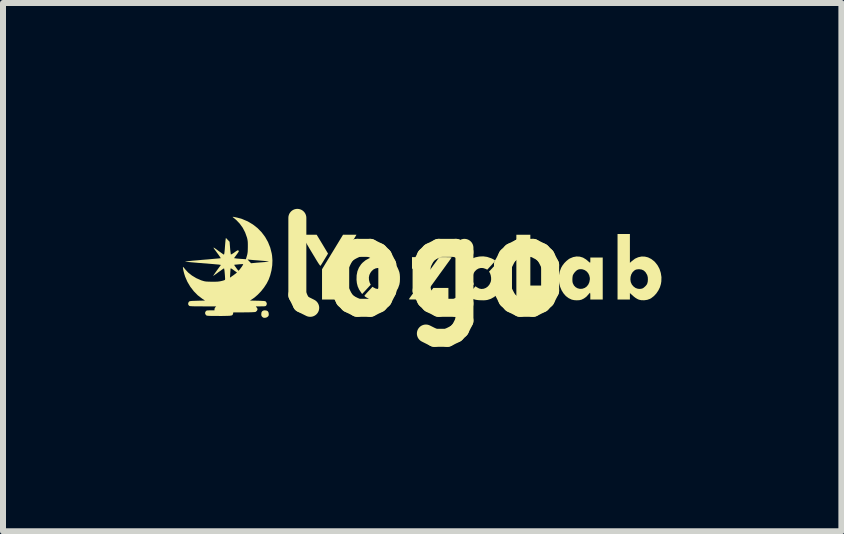
<source format=kicad_pcb>
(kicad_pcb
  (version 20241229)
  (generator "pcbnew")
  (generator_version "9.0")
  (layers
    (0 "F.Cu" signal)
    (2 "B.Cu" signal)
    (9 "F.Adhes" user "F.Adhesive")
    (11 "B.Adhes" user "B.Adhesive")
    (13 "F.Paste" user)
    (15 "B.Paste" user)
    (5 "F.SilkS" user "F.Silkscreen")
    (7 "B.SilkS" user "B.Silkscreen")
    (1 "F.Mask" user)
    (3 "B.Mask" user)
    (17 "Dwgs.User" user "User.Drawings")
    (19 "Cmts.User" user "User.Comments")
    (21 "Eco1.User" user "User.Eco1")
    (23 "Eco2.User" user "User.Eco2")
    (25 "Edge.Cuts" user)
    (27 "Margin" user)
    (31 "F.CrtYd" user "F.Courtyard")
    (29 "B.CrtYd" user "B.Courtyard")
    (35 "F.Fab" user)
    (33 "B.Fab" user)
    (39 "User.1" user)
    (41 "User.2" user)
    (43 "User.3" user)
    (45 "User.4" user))
  (footprint "logo"
    (layer "F.Cu")
    (at 3.979 1.404)
    (property "Reference" "logo" (at 0 0 0) (layer "F.SilkS") (effects (font (size 1.5 1.5) (thickness 0.3))))
    (attr board_only exclude_from_pos_files exclude_from_bom)
    (fp_poly (pts (xy 1.813 -0.117) (xy 1.813 0.307) (xy 1.97 0.307) (xy 2.127 0.307) (xy 2.127 0.423) (xy 2.127 0.54) (xy 1.853 0.54) (xy 1.58 0.54) (xy 1.58 0) (xy 1.58 -0.54) (xy 1.697 -0.54) (xy 1.813 -0.54)) (stroke (width 0) (type solid)) (fill yes) (layer "F.SilkS"))
    (fp_poly (pts (xy 0.447 0.443) (xy 0.447 0.54) (xy 0.25 0.54) (xy 0.053 0.54) (xy 0.108 0.465) (xy 0.129 0.436) (xy 0.149 0.408) (xy 0.166 0.385) (xy 0.177 0.37) (xy 0.179 0.368) (xy 0.195 0.347) (xy 0.321 0.347) (xy 0.447 0.347)) (stroke (width 0) (type solid)) (fill yes) (layer "F.SilkS"))
    (fp_poly (pts (xy -2.584 0.724) (xy -2.564 0.735) (xy -2.552 0.756) (xy -2.549 0.774) (xy -2.548 0.796) (xy -2.552 0.811) (xy -2.561 0.823) (xy -2.58 0.837) (xy -2.605 0.844) (xy -2.63 0.844) (xy -2.643 0.84) (xy -2.662 0.824) (xy -2.672 0.804) (xy -2.673 0.783) (xy -2.669 0.753) (xy -2.656 0.733) (xy -2.633 0.722) (xy -2.614 0.72)) (stroke (width 0) (type solid)) (fill yes) (layer "F.SilkS"))
    (fp_poly (pts (xy 0.094 -0.167) (xy 0.139 -0.166) (xy 0.173 -0.166) (xy 0.198 -0.165) (xy 0.215 -0.164) (xy 0.225 -0.162) (xy 0.229 -0.16) (xy 0.229 -0.157) (xy 0.223 -0.149) (xy 0.211 -0.132) (xy 0.194 -0.108) (xy 0.174 -0.08) (xy 0.16 -0.061) (xy 0.097 0.026) (xy -0.032 0.026) (xy -0.16 0.027) (xy -0.16 -0.07) (xy -0.16 -0.167) (xy 0.037 -0.167)) (stroke (width 0) (type solid)) (fill yes) (layer "F.SilkS"))
    (fp_poly (pts (xy -1.105 -0.508) (xy -1.112 -0.496) (xy -1.125 -0.474) (xy -1.144 -0.443) (xy -1.167 -0.404) (xy -1.193 -0.359) (xy -1.223 -0.31) (xy -1.255 -0.257) (xy -1.278 -0.218) (xy -1.433 0.041) (xy -1.433 0.291) (xy -1.433 0.54) (xy -1.547 0.54) (xy -1.66 0.54) (xy -1.66 0.288) (xy -1.66 0.035) (xy -1.485 -0.252) (xy -1.31 -0.54) (xy -1.198 -0.54) (xy -1.086 -0.54)) (stroke (width 0) (type solid)) (fill yes) (layer "F.SilkS"))
    (fp_poly (pts (xy 0.433 -0.166) (xy 0.463 -0.166) (xy 0.486 -0.164) (xy 0.498 -0.163) (xy 0.5 -0.162) (xy 0.496 -0.155) (xy 0.485 -0.139) (xy 0.468 -0.114) (xy 0.444 -0.081) (xy 0.415 -0.041) (xy 0.382 0.005) (xy 0.345 0.056) (xy 0.304 0.112) (xy 0.261 0.172) (xy 0.248 0.19) (xy -0.004 0.537) (xy -0.109 0.539) (xy -0.145 0.539) (xy -0.175 0.539) (xy -0.198 0.538) (xy -0.21 0.536) (xy -0.212 0.535) (xy -0.208 0.529) (xy -0.197 0.512) (xy -0.179 0.487) (xy -0.155 0.454) (xy -0.126 0.414) (xy -0.092 0.368) (xy -0.055 0.316) (xy -0.014 0.26) (xy 0.029 0.201) (xy 0.043 0.181) (xy 0.296 -0.167) (xy 0.398 -0.167)) (stroke (width 0) (type solid)) (fill yes) (layer "F.SilkS"))
    (fp_poly (pts (xy -1.654 -0.383) (xy -1.56 -0.226) (xy -1.618 -0.131) (xy -1.637 -0.099) (xy -1.655 -0.07) (xy -1.67 -0.046) (xy -1.68 -0.03) (xy -1.683 -0.025) (xy -1.686 -0.023) (xy -1.69 -0.025) (xy -1.696 -0.031) (xy -1.705 -0.043) (xy -1.717 -0.06) (xy -1.733 -0.085) (xy -1.753 -0.117) (xy -1.778 -0.159) (xy -1.809 -0.21) (xy -1.842 -0.265) (xy -1.874 -0.318) (xy -1.903 -0.368) (xy -1.93 -0.413) (xy -1.953 -0.452) (xy -1.972 -0.485) (xy -1.987 -0.509) (xy -1.995 -0.524) (xy -1.997 -0.528) (xy -1.998 -0.533) (xy -1.995 -0.536) (xy -1.988 -0.538) (xy -1.974 -0.539) (xy -1.951 -0.54) (xy -1.919 -0.54) (xy -1.875 -0.54) (xy -1.875 -0.54) (xy -1.749 -0.54)) (stroke (width 0) (type solid)) (fill yes) (layer "F.SilkS"))
    (fp_poly (pts (xy -0.683 -0.179) (xy -0.618 -0.167) (xy -0.558 -0.145) (xy -0.546 -0.139) (xy -0.522 -0.126) (xy -0.506 -0.116) (xy -0.497 -0.106) (xy -0.497 -0.094) (xy -0.506 -0.08) (xy -0.523 -0.059) (xy -0.548 -0.032) (xy -0.555 -0.024) (xy -0.623 0.048) (xy -0.656 0.031) (xy -0.695 0.016) (xy -0.733 0.014) (xy -0.77 0.022) (xy -0.803 0.039) (xy -0.831 0.064) (xy -0.854 0.095) (xy -0.871 0.131) (xy -0.879 0.171) (xy -0.877 0.213) (xy -0.866 0.256) (xy -0.861 0.267) (xy -0.848 0.293) (xy -0.905 0.355) (xy -0.928 0.38) (xy -0.949 0.403) (xy -0.966 0.421) (xy -0.976 0.432) (xy -0.976 0.432) (xy -0.991 0.448) (xy -1.007 0.426) (xy -1.042 0.373) (xy -1.065 0.322) (xy -1.079 0.267) (xy -1.085 0.21) (xy -1.083 0.136) (xy -1.07 0.069) (xy -1.045 0.008) (xy -1.009 -0.047) (xy -0.983 -0.075) (xy -0.933 -0.116) (xy -0.876 -0.147) (xy -0.814 -0.168) (xy -0.749 -0.179)) (stroke (width 0) (type solid)) (fill yes) (layer "F.SilkS"))
    (fp_poly (pts (xy 1.092 -0.171) (xy 1.155 -0.15) (xy 1.163 -0.147) (xy 1.186 -0.136) (xy 1.206 -0.125) (xy 1.216 -0.118) (xy 1.222 -0.114) (xy 1.224 -0.109) (xy 1.223 -0.102) (xy 1.216 -0.092) (xy 1.204 -0.076) (xy 1.184 -0.055) (xy 1.157 -0.025) (xy 1.152 -0.02) (xy 1.095 0.042) (xy 1.065 0.028) (xy 1.025 0.015) (xy 0.987 0.014) (xy 0.95 0.023) (xy 0.917 0.042) (xy 0.889 0.069) (xy 0.867 0.102) (xy 0.853 0.14) (xy 0.848 0.182) (xy 0.852 0.227) (xy 0.858 0.248) (xy 0.871 0.285) (xy 0.801 0.359) (xy 0.777 0.385) (xy 0.756 0.407) (xy 0.74 0.423) (xy 0.73 0.432) (xy 0.728 0.433) (xy 0.722 0.428) (xy 0.712 0.415) (xy 0.701 0.4) (xy 0.687 0.375) (xy 0.672 0.345) (xy 0.662 0.322) (xy 0.654 0.301) (xy 0.649 0.283) (xy 0.646 0.264) (xy 0.644 0.239) (xy 0.644 0.206) (xy 0.644 0.19) (xy 0.645 0.134) (xy 0.651 0.088) (xy 0.662 0.048) (xy 0.678 0.01) (xy 0.693 -0.015) (xy 0.733 -0.066) (xy 0.782 -0.108) (xy 0.837 -0.141) (xy 0.898 -0.164) (xy 0.962 -0.177) (xy 1.027 -0.18)) (stroke (width 0) (type solid)) (fill yes) (layer "F.SilkS"))
    (fp_poly (pts (xy 1.27 -0.069) (xy 1.281 -0.058) (xy 1.287 -0.052) (xy 1.304 -0.028) (xy 1.323 0.004) (xy 1.339 0.039) (xy 1.353 0.075) (xy 1.359 0.099) (xy 1.365 0.137) (xy 1.366 0.182) (xy 1.365 0.228) (xy 1.36 0.269) (xy 1.356 0.289) (xy 1.334 0.35) (xy 1.301 0.406) (xy 1.259 0.456) (xy 1.21 0.497) (xy 1.155 0.528) (xy 1.1 0.546) (xy 1.069 0.551) (xy 1.03 0.553) (xy 0.987 0.552) (xy 0.945 0.55) (xy 0.909 0.545) (xy 0.89 0.541) (xy 0.842 0.524) (xy 0.801 0.502) (xy 0.781 0.489) (xy 0.759 0.472) (xy 0.784 0.445) (xy 0.8 0.427) (xy 0.821 0.404) (xy 0.845 0.378) (xy 0.854 0.368) (xy 0.9 0.319) (xy 0.921 0.335) (xy 0.959 0.356) (xy 0.997 0.364) (xy 1.036 0.36) (xy 1.072 0.346) (xy 1.105 0.322) (xy 1.132 0.289) (xy 1.152 0.247) (xy 1.153 0.244) (xy 1.159 0.213) (xy 1.159 0.176) (xy 1.153 0.138) (xy 1.143 0.107) (xy 1.14 0.101) (xy 1.125 0.074) (xy 1.193 0.000411) (xy 1.217 -0.025) (xy 1.238 -0.047) (xy 1.254 -0.063) (xy 1.263 -0.072) (xy 1.264 -0.073)) (stroke (width 0) (type solid)) (fill yes) (layer "F.SilkS"))
    (fp_poly (pts (xy -0.437 -0.049) (xy -0.42 -0.026) (xy -0.402 0.006) (xy -0.386 0.042) (xy -0.373 0.077) (xy -0.37 0.087) (xy -0.364 0.12) (xy -0.361 0.161) (xy -0.361 0.205) (xy -0.363 0.247) (xy -0.369 0.283) (xy -0.37 0.289) (xy -0.393 0.353) (xy -0.428 0.41) (xy -0.466 0.453) (xy -0.51 0.492) (xy -0.554 0.52) (xy -0.601 0.539) (xy -0.655 0.549) (xy -0.717 0.553) (xy -0.726 0.553) (xy -0.78 0.551) (xy -0.823 0.544) (xy -0.837 0.541) (xy -0.867 0.531) (xy -0.896 0.518) (xy -0.922 0.505) (xy -0.941 0.492) (xy -0.952 0.481) (xy -0.953 0.477) (xy -0.949 0.471) (xy -0.937 0.457) (xy -0.919 0.436) (xy -0.897 0.412) (xy -0.886 0.4) (xy -0.818 0.327) (xy -0.801 0.339) (xy -0.764 0.358) (xy -0.724 0.364) (xy -0.685 0.359) (xy -0.648 0.342) (xy -0.614 0.315) (xy -0.595 0.29) (xy -0.578 0.254) (xy -0.568 0.212) (xy -0.567 0.168) (xy -0.575 0.127) (xy -0.583 0.107) (xy -0.587 0.099) (xy -0.589 0.093) (xy -0.589 0.086) (xy -0.585 0.077) (xy -0.576 0.065) (xy -0.561 0.048) (xy -0.539 0.024) (xy -0.51 -0.008) (xy -0.503 -0.016) (xy -0.454 -0.068)) (stroke (width 0) (type solid)) (fill yes) (layer "F.SilkS"))
    (fp_poly (pts (xy 3.473 -0.313) (xy 3.473 -0.072) (xy 3.508 -0.103) (xy 3.558 -0.141) (xy 3.611 -0.165) (xy 3.666 -0.177) (xy 3.721 -0.176) (xy 3.775 -0.163) (xy 3.827 -0.137) (xy 3.877 -0.099) (xy 3.892 -0.084) (xy 3.934 -0.031) (xy 3.967 0.03) (xy 3.988 0.096) (xy 3.999 0.166) (xy 3.997 0.237) (xy 3.99 0.281) (xy 3.973 0.337) (xy 3.946 0.391) (xy 3.912 0.441) (xy 3.871 0.484) (xy 3.827 0.518) (xy 3.809 0.528) (xy 3.762 0.545) (xy 3.712 0.552) (xy 3.662 0.551) (xy 3.622 0.542) (xy 3.594 0.529) (xy 3.566 0.512) (xy 3.535 0.488) (xy 3.505 0.461) (xy 3.473 0.432) (xy 3.473 0.486) (xy 3.473 0.54) (xy 3.37 0.54) (xy 3.267 0.54) (xy 3.267 0.205) (xy 3.481 0.205) (xy 3.487 0.248) (xy 3.504 0.287) (xy 3.508 0.293) (xy 3.535 0.324) (xy 3.567 0.347) (xy 3.6 0.359) (xy 3.6 0.359) (xy 3.621 0.362) (xy 3.64 0.363) (xy 3.662 0.36) (xy 3.677 0.357) (xy 3.696 0.348) (xy 3.717 0.331) (xy 3.739 0.31) (xy 3.756 0.287) (xy 3.761 0.277) (xy 3.77 0.245) (xy 3.773 0.207) (xy 3.771 0.168) (xy 3.762 0.133) (xy 3.759 0.127) (xy 3.735 0.086) (xy 3.705 0.057) (xy 3.668 0.04) (xy 3.625 0.034) (xy 3.616 0.035) (xy 3.587 0.038) (xy 3.565 0.045) (xy 3.546 0.057) (xy 3.517 0.085) (xy 3.496 0.121) (xy 3.484 0.162) (xy 3.481 0.205) (xy 3.267 0.205) (xy 3.267 -0.007) (xy 3.267 -0.553) (xy 3.37 -0.553) (xy 3.473 -0.553)) (stroke (width 0) (type solid)) (fill yes) (layer "F.SilkS"))
    (fp_poly (pts (xy 2.638 -0.175) (xy 2.691 -0.159) (xy 2.741 -0.129) (xy 2.769 -0.106) (xy 2.787 -0.09) (xy 2.801 -0.079) (xy 2.809 -0.073) (xy 2.809 -0.073) (xy 2.811 -0.079) (xy 2.813 -0.095) (xy 2.813 -0.117) (xy 2.813 -0.16) (xy 2.917 -0.16) (xy 3.02 -0.16) (xy 3.02 0.19) (xy 3.02 0.54) (xy 2.917 0.54) (xy 2.813 0.54) (xy 2.813 0.483) (xy 2.813 0.458) (xy 2.811 0.438) (xy 2.809 0.428) (xy 2.808 0.427) (xy 2.802 0.432) (xy 2.79 0.445) (xy 2.78 0.457) (xy 2.746 0.494) (xy 2.706 0.523) (xy 2.665 0.543) (xy 2.628 0.551) (xy 2.586 0.553) (xy 2.543 0.55) (xy 2.505 0.542) (xy 2.502 0.541) (xy 2.45 0.516) (xy 2.404 0.481) (xy 2.366 0.437) (xy 2.334 0.386) (xy 2.31 0.329) (xy 2.294 0.267) (xy 2.288 0.203) (xy 2.288 0.202) (xy 2.514 0.202) (xy 2.515 0.237) (xy 2.52 0.265) (xy 2.521 0.267) (xy 2.54 0.305) (xy 2.568 0.334) (xy 2.602 0.353) (xy 2.64 0.362) (xy 2.681 0.36) (xy 2.721 0.346) (xy 2.754 0.322) (xy 2.78 0.289) (xy 2.797 0.25) (xy 2.805 0.206) (xy 2.805 0.179) (xy 2.795 0.136) (xy 2.776 0.099) (xy 2.748 0.068) (xy 2.715 0.047) (xy 2.677 0.035) (xy 2.637 0.034) (xy 2.611 0.04) (xy 2.589 0.052) (xy 2.566 0.072) (xy 2.544 0.097) (xy 2.528 0.123) (xy 2.521 0.138) (xy 2.516 0.168) (xy 2.514 0.202) (xy 2.288 0.202) (xy 2.29 0.139) (xy 2.303 0.074) (xy 2.326 0.012) (xy 2.327 0.01) (xy 2.35 -0.029) (xy 2.38 -0.068) (xy 2.415 -0.103) (xy 2.451 -0.132) (xy 2.472 -0.145) (xy 2.528 -0.168) (xy 2.584 -0.178)) (stroke (width 0) (type solid)) (fill yes) (layer "F.SilkS"))
    (fp_poly (pts (xy -3.125 -0.836) (xy -3.1 -0.831) (xy -3.072 -0.825) (xy -3.042 -0.817) (xy -3.014 -0.81) (xy -2.992 -0.803) (xy -2.991 -0.802) (xy -2.897 -0.762) (xy -2.812 -0.711) (xy -2.735 -0.651) (xy -2.667 -0.581) (xy -2.609 -0.504) (xy -2.561 -0.419) (xy -2.524 -0.327) (xy -2.499 -0.229) (xy -2.493 -0.193) (xy -2.487 -0.114) (xy -2.49 -0.031) (xy -2.503 0.055) (xy -2.524 0.137) (xy -2.549 0.206) (xy -2.583 0.273) (xy -2.627 0.34) (xy -2.677 0.403) (xy -2.733 0.461) (xy -2.79 0.51) (xy -2.815 0.527) (xy -2.861 0.557) (xy -2.733 0.56) (xy -2.689 0.561) (xy -2.656 0.563) (xy -2.633 0.564) (xy -2.617 0.566) (xy -2.606 0.568) (xy -2.6 0.572) (xy -2.595 0.577) (xy -2.593 0.579) (xy -2.581 0.602) (xy -2.583 0.625) (xy -2.59 0.639) (xy -2.595 0.645) (xy -2.602 0.649) (xy -2.613 0.652) (xy -2.63 0.653) (xy -2.657 0.653) (xy -2.685 0.654) (xy -2.72 0.654) (xy -2.743 0.654) (xy -2.756 0.655) (xy -2.762 0.657) (xy -2.761 0.661) (xy -2.756 0.666) (xy -2.755 0.667) (xy -2.743 0.681) (xy -2.737 0.694) (xy -2.737 0.711) (xy -2.747 0.729) (xy -2.764 0.744) (xy -2.771 0.747) (xy -2.782 0.749) (xy -2.804 0.75) (xy -2.836 0.752) (xy -2.875 0.753) (xy -2.92 0.753) (xy -2.963 0.754) (xy -3.139 0.754) (xy -3.143 0.774) (xy -3.146 0.784) (xy -3.15 0.793) (xy -3.156 0.8) (xy -3.166 0.805) (xy -3.182 0.808) (xy -3.204 0.811) (xy -3.234 0.812) (xy -3.273 0.813) (xy -3.324 0.814) (xy -3.377 0.814) (xy -3.435 0.813) (xy -3.481 0.813) (xy -3.516 0.813) (xy -3.543 0.812) (xy -3.562 0.811) (xy -3.575 0.809) (xy -3.584 0.807) (xy -3.59 0.804) (xy -3.592 0.802) (xy -3.607 0.782) (xy -3.61 0.76) (xy -3.6 0.738) (xy -3.593 0.73) (xy -3.585 0.725) (xy -3.574 0.722) (xy -3.556 0.721) (xy -3.528 0.72) (xy -3.52 0.72) (xy -3.453 0.72) (xy -3.453 0.702) (xy -3.449 0.684) (xy -3.439 0.669) (xy -3.424 0.654) (xy -3.646 0.654) (xy -3.706 0.653) (xy -3.754 0.653) (xy -3.792 0.653) (xy -3.821 0.652) (xy -3.842 0.651) (xy -3.857 0.65) (xy -3.867 0.648) (xy -3.873 0.645) (xy -3.878 0.642) (xy -3.88 0.64) (xy -3.892 0.62) (xy -3.891 0.598) (xy -3.881 0.579) (xy -3.876 0.574) (xy -3.87 0.57) (xy -3.861 0.567) (xy -3.847 0.565) (xy -3.827 0.563) (xy -3.798 0.562) (xy -3.758 0.561) (xy -3.74 0.56) (xy -3.611 0.557) (xy -3.658 0.526) (xy -3.731 0.47) (xy -3.797 0.403) (xy -3.855 0.328) (xy -3.904 0.246) (xy -3.942 0.159) (xy -3.948 0.14) (xy -3.957 0.112) (xy -3.965 0.082) (xy -3.972 0.052) (xy -3.977 0.026) (xy -3.979 0.006) (xy -3.979 -0.003) (xy -3.978 -0.004) (xy -3.973 -0.001) (xy -3.962 0.011) (xy -3.948 0.028) (xy -3.947 0.03) (xy -3.893 0.089) (xy -3.829 0.14) (xy -3.756 0.184) (xy -3.676 0.219) (xy -3.66 0.224) (xy -3.638 0.231) (xy -3.618 0.236) (xy -3.599 0.239) (xy -3.577 0.241) (xy -3.548 0.242) (xy -3.51 0.243) (xy -3.493 0.243) (xy -3.446 0.243) (xy -3.408 0.242) (xy -3.379 0.239) (xy -3.354 0.235) (xy -3.336 0.231) (xy -3.312 0.225) (xy -3.293 0.219) (xy -3.282 0.214) (xy -3.281 0.214) (xy -3.278 0.209) (xy -3.276 0.199) (xy -3.276 0.181) (xy -3.277 0.175) (xy -3.195 0.175) (xy -3.156 0.148) (xy -3.133 0.132) (xy -3.112 0.116) (xy -3.097 0.105) (xy -3.078 0.089) (xy -3.126 0.055) (xy -3.148 0.039) (xy -3.166 0.027) (xy -3.178 0.021) (xy -3.18 0.02) (xy -3.185 0.026) (xy -3.187 0.04) (xy -3.187 0.042) (xy -3.187 0.059) (xy -3.189 0.084) (xy -3.191 0.113) (xy -3.191 0.119) (xy -3.195 0.175) (xy -3.277 0.175) (xy -3.278 0.154) (xy -3.281 0.115) (xy -3.281 0.115) (xy -3.284 0.081) (xy -3.287 0.052) (xy -3.291 0.032) (xy -3.293 0.021) (xy -3.294 0.02) (xy -3.301 0.024) (xy -3.317 0.034) (xy -3.339 0.05) (xy -3.367 0.07) (xy -3.386 0.083) (xy -3.415 0.105) (xy -3.441 0.123) (xy -3.46 0.137) (xy -3.473 0.145) (xy -3.476 0.147) (xy -3.473 0.142) (xy -3.464 0.128) (xy -3.449 0.106) (xy -3.43 0.079) (xy -3.413 0.055) (xy -3.346 -0.037) (xy -3.353 -0.038) (xy -3.124 -0.038) (xy -3.122 -0.032) (xy -3.113 -0.018) (xy -3.1 -0.000362) (xy -3.086 0.019) (xy -3.072 0.038) (xy -3.06 0.052) (xy -3.053 0.059) (xy -3.052 0.06) (xy -3.047 0.055) (xy -3.035 0.042) (xy -3.022 0.025) (xy -2.997 -0.008) (xy -2.982 -0.032) (xy -2.975 -0.046) (xy -2.975 -0.05) (xy -2.982 -0.051) (xy -3 -0.05) (xy -3.023 -0.049) (xy -3.05 -0.047) (xy -3.077 -0.044) (xy -3.101 -0.042) (xy -3.118 -0.04) (xy -3.124 -0.038) (xy -3.353 -0.038) (xy -3.371 -0.041) (xy -3.383 -0.043) (xy -3.407 -0.045) (xy -3.441 -0.048) (xy -3.484 -0.052) (xy -3.533 -0.056) (xy -3.588 -0.061) (xy -3.646 -0.065) (xy -3.663 -0.067) (xy -3.722 -0.071) (xy -3.777 -0.076) (xy -3.826 -0.08) (xy -3.869 -0.084) (xy -3.903 -0.087) (xy -3.927 -0.09) (xy -3.941 -0.092) (xy -3.942 -0.092) (xy -3.938 -0.094) (xy -3.922 -0.096) (xy -3.895 -0.099) (xy -3.859 -0.103) (xy -3.815 -0.108) (xy -3.763 -0.112) (xy -3.706 -0.117) (xy -3.653 -0.122) (xy -3.591 -0.127) (xy -3.576 -0.128) (xy -2.903 -0.128) (xy -2.873 -0.097) (xy -2.843 -0.065) (xy -2.803 -0.069) (xy -2.782 -0.071) (xy -2.751 -0.074) (xy -2.714 -0.077) (xy -2.675 -0.08) (xy -2.66 -0.081) (xy -2.624 -0.084) (xy -2.592 -0.087) (xy -2.567 -0.09) (xy -2.552 -0.092) (xy -2.548 -0.093) (xy -2.552 -0.095) (xy -2.567 -0.097) (xy -2.593 -0.1) (xy -2.626 -0.104) (xy -2.666 -0.107) (xy -2.688 -0.109) (xy -2.734 -0.113) (xy -2.777 -0.116) (xy -2.814 -0.119) (xy -2.845 -0.122) (xy -2.866 -0.124) (xy -2.87 -0.124) (xy -2.903 -0.128) (xy -3.576 -0.128) (xy -3.533 -0.132) (xy -3.48 -0.137) (xy -3.435 -0.141) (xy -3.398 -0.144) (xy -3.37 -0.147) (xy -3.353 -0.149) (xy -3.348 -0.149) (xy -3.351 -0.155) (xy -3.361 -0.17) (xy -3.375 -0.191) (xy -3.394 -0.218) (xy -3.402 -0.228) (xy -3.43 -0.267) (xy -3.451 -0.295) (xy -3.464 -0.314) (xy -3.469 -0.324) (xy -3.465 -0.326) (xy -3.453 -0.319) (xy -3.433 -0.305) (xy -3.404 -0.285) (xy -3.395 -0.277) (xy -3.364 -0.255) (xy -3.337 -0.236) (xy -3.316 -0.221) (xy -3.302 -0.212) (xy -3.298 -0.209) (xy -3.294 -0.211) (xy -3.291 -0.22) (xy -3.288 -0.236) (xy -3.285 -0.263) (xy -3.281 -0.302) (xy -3.28 -0.318) (xy -3.277 -0.358) (xy -3.274 -0.395) (xy -3.271 -0.427) (xy -3.269 -0.45) (xy -3.267 -0.459) (xy -3.263 -0.487) (xy -3.232 -0.455) (xy -3.201 -0.423) (xy -3.193 -0.32) (xy -3.19 -0.284) (xy -3.186 -0.253) (xy -3.183 -0.229) (xy -3.181 -0.214) (xy -3.18 -0.211) (xy -3.173 -0.213) (xy -3.158 -0.221) (xy -3.137 -0.234) (xy -3.12 -0.246) (xy -3.094 -0.265) (xy -3.076 -0.276) (xy -3.064 -0.281) (xy -3.057 -0.28) (xy -3.056 -0.279) (xy -3.048 -0.27) (xy -3.047 -0.266) (xy -3.05 -0.258) (xy -3.06 -0.242) (xy -3.075 -0.221) (xy -3.087 -0.205) (xy -3.127 -0.15) (xy -3.098 -0.146) (xy -3.079 -0.143) (xy -3.051 -0.141) (xy -3.018 -0.138) (xy -2.999 -0.137) (xy -2.929 -0.132) (xy -2.913 -0.188) (xy -2.906 -0.213) (xy -2.902 -0.236) (xy -2.899 -0.261) (xy -2.898 -0.292) (xy -2.897 -0.332) (xy -2.897 -0.343) (xy -2.897 -0.386) (xy -2.898 -0.419) (xy -2.901 -0.445) (xy -2.905 -0.468) (xy -2.911 -0.492) (xy -2.912 -0.495) (xy -2.942 -0.579) (xy -2.982 -0.656) (xy -3.032 -0.725) (xy -3.089 -0.785) (xy -3.121 -0.812) (xy -3.137 -0.825) (xy -3.148 -0.834) (xy -3.151 -0.838) (xy -3.143 -0.839)) (stroke (width 0) (type solid)) (fill yes) (layer "F.SilkS")))
  (gr_rect
    (start -3 -3)
    (end 10.978 5.808)
    (stroke (width 0.1) (type default))
    (fill no)
    (layer "Edge.Cuts")))
</source>
